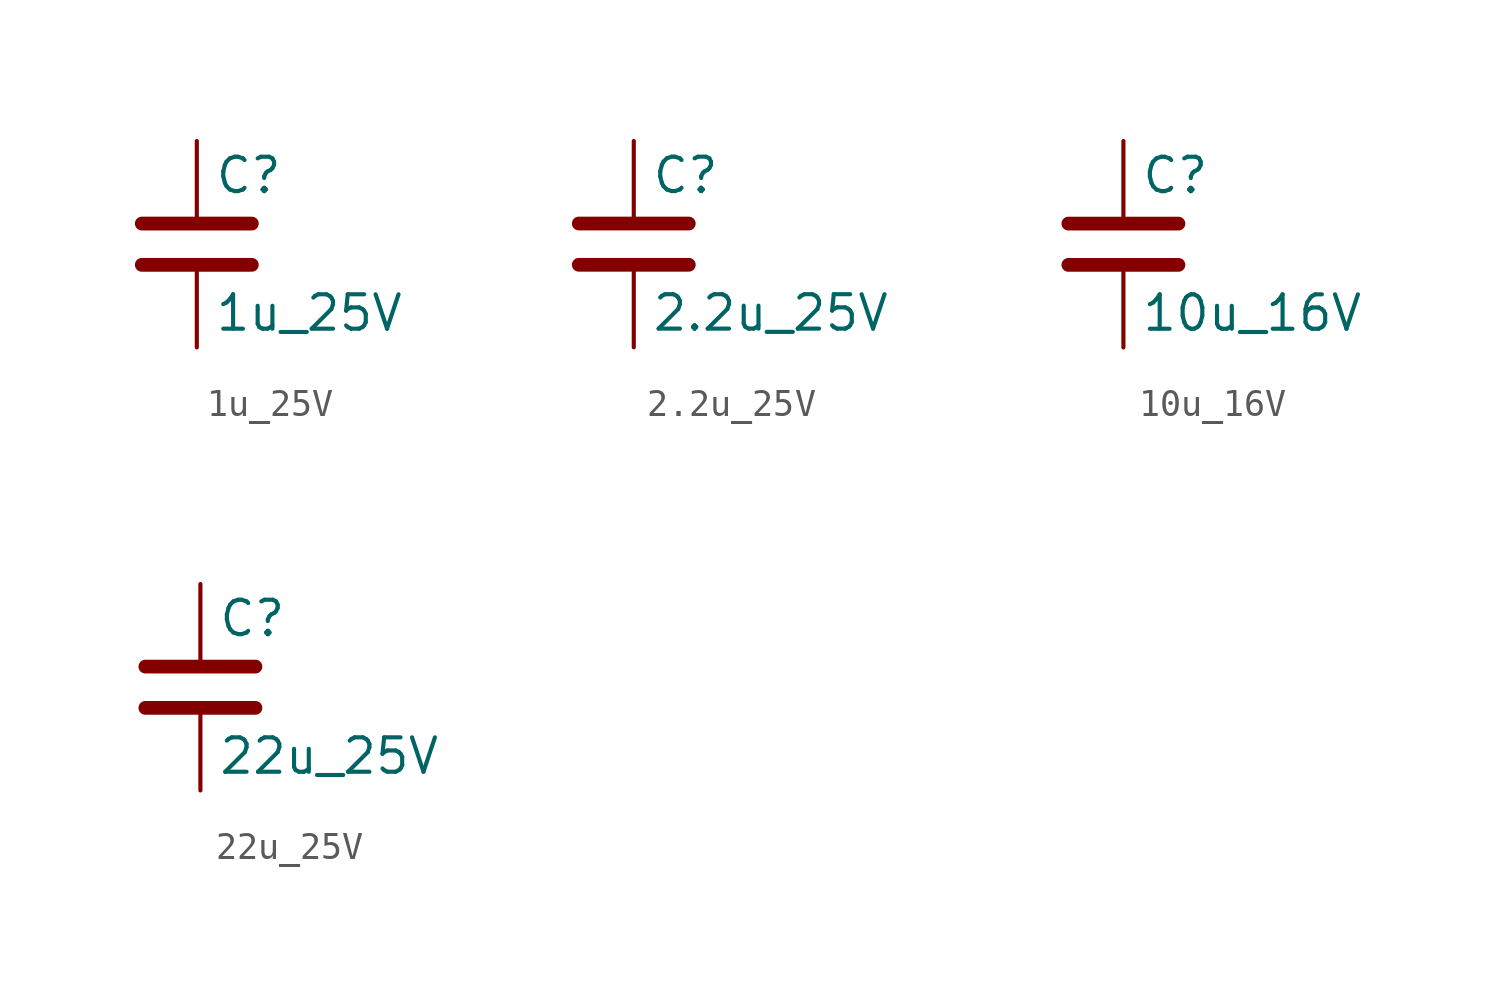
<source format=kicad_sym>
(kicad_symbol_lib
  (version 20220914)
  (generator kicad_db_lib)
  (symbol "1u_25V"
    (pin_numbers hide)
    (pin_names
      (offset 0.254))
    (property "Reference" "C"
      (at 0.635 2.54 0)
      (effects (font (size 1.27 1.27)) (justify left)))
    (property "Value" "1u_25V"
      (at 0.635 -2.54 0)
      (effects (font (size 1.27 1.27)) (justify left)))
    (symbol "1u_25V_0_1"
      (polyline (pts (xy -2.032 -0.762) (xy 2.032 -0.762)) (stroke (width 0.508) (type default)) (fill (type none)))
      (polyline (pts (xy -2.032 0.762) (xy 2.032 0.762)) (stroke (width 0.508) (type default)) (fill (type none))))
    (symbol "1u_25V_1_1"
      (pin passive line (at 0 3.81 270) (length 2.794) (name "~" (effects (font (size 1.27 1.27)))) (number "1" (effects (font (size 1.27 1.27)))))
      (pin passive line (at 0 -3.81 90) (length 2.794) (name "~" (effects (font (size 1.27 1.27)))) (number "2" (effects (font (size 1.27 1.27)))))))
  (symbol "2.2u_25V"
    (pin_numbers hide)
    (pin_names
      (offset 0.254))
    (property "Reference" "C"
      (at 0.635 2.54 0)
      (effects (font (size 1.27 1.27)) (justify left)))
    (property "Value" "2.2u_25V"
      (at 0.635 -2.54 0)
      (effects (font (size 1.27 1.27)) (justify left)))
    (symbol "2.2u_25V_0_1"
      (polyline (pts (xy -2.032 -0.762) (xy 2.032 -0.762)) (stroke (width 0.508) (type default)) (fill (type none)))
      (polyline (pts (xy -2.032 0.762) (xy 2.032 0.762)) (stroke (width 0.508) (type default)) (fill (type none))))
    (symbol "2.2u_25V_1_1"
      (pin passive line (at 0 3.81 270) (length 2.794) (name "~" (effects (font (size 1.27 1.27)))) (number "1" (effects (font (size 1.27 1.27)))))
      (pin passive line (at 0 -3.81 90) (length 2.794) (name "~" (effects (font (size 1.27 1.27)))) (number "2" (effects (font (size 1.27 1.27)))))))
  (symbol "10u_16V"
    (pin_numbers hide)
    (pin_names
      (offset 0.254))
    (property "Reference" "C"
      (at 0.635 2.54 0)
      (effects (font (size 1.27 1.27)) (justify left)))
    (property "Value" "10u_16V"
      (at 0.635 -2.54 0)
      (effects (font (size 1.27 1.27)) (justify left)))
    (symbol "10u_16V_0_1"
      (polyline (pts (xy -2.032 -0.762) (xy 2.032 -0.762)) (stroke (width 0.508) (type default)) (fill (type none)))
      (polyline (pts (xy -2.032 0.762) (xy 2.032 0.762)) (stroke (width 0.508) (type default)) (fill (type none))))
    (symbol "10u_16V_1_1"
      (pin passive line (at 0 3.81 270) (length 2.794) (name "~" (effects (font (size 1.27 1.27)))) (number "1" (effects (font (size 1.27 1.27)))))
      (pin passive line (at 0 -3.81 90) (length 2.794) (name "~" (effects (font (size 1.27 1.27)))) (number "2" (effects (font (size 1.27 1.27)))))))
  (symbol "22u_25V"
    (pin_numbers hide)
    (pin_names
      (offset 0.254))
    (property "Reference" "C"
      (at 0.635 2.54 0)
      (effects (font (size 1.27 1.27)) (justify left)))
    (property "Value" "22u_25V"
      (at 0.635 -2.54 0)
      (effects (font (size 1.27 1.27)) (justify left)))
    (symbol "22u_25V_0_1"
      (polyline (pts (xy -2.032 -0.762) (xy 2.032 -0.762)) (stroke (width 0.508) (type default)) (fill (type none)))
      (polyline (pts (xy -2.032 0.762) (xy 2.032 0.762)) (stroke (width 0.508) (type default)) (fill (type none))))
    (symbol "22u_25V_1_1"
      (pin passive line (at 0 3.81 270) (length 2.794) (name "~" (effects (font (size 1.27 1.27)))) (number "1" (effects (font (size 1.27 1.27)))))
      (pin passive line (at 0 -3.81 90) (length 2.794) (name "~" (effects (font (size 1.27 1.27)))) (number "2" (effects (font (size 1.27 1.27))))))))
</source>
